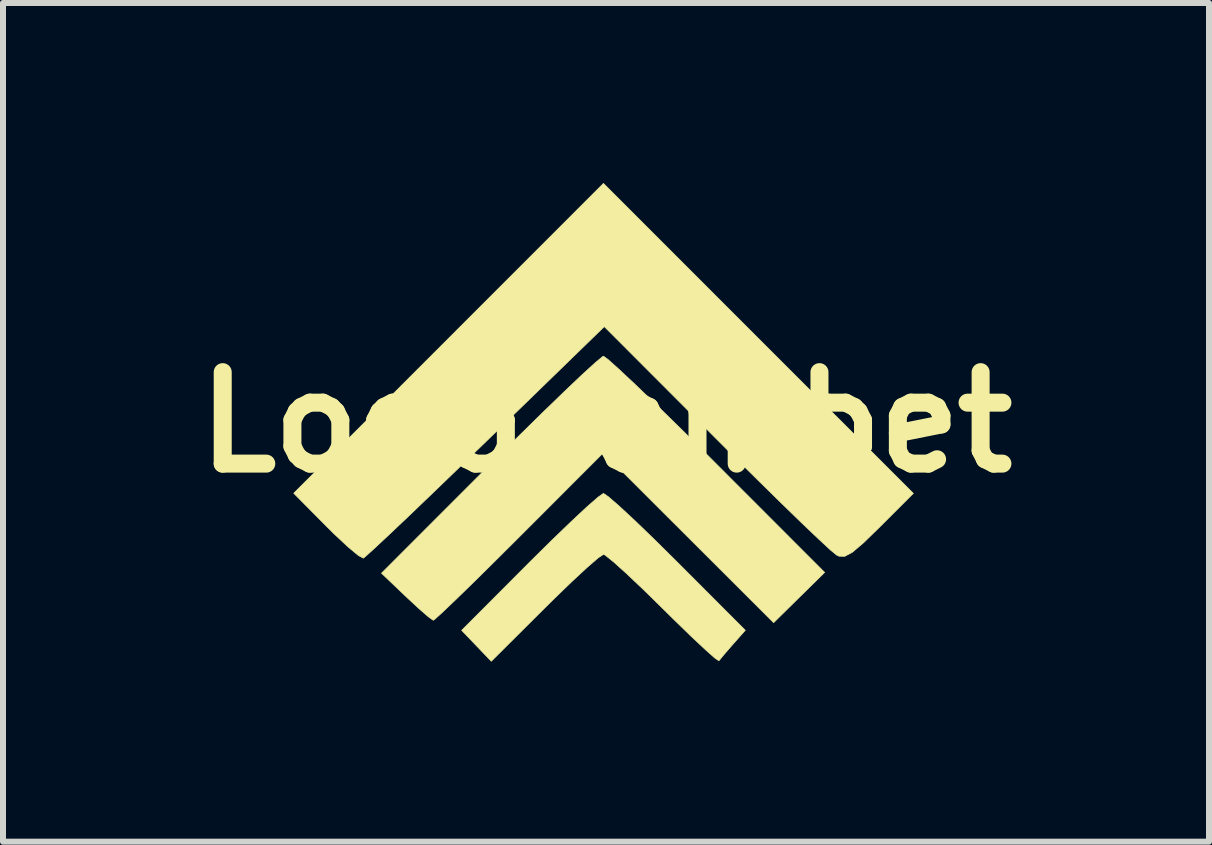
<source format=kicad_pcb>
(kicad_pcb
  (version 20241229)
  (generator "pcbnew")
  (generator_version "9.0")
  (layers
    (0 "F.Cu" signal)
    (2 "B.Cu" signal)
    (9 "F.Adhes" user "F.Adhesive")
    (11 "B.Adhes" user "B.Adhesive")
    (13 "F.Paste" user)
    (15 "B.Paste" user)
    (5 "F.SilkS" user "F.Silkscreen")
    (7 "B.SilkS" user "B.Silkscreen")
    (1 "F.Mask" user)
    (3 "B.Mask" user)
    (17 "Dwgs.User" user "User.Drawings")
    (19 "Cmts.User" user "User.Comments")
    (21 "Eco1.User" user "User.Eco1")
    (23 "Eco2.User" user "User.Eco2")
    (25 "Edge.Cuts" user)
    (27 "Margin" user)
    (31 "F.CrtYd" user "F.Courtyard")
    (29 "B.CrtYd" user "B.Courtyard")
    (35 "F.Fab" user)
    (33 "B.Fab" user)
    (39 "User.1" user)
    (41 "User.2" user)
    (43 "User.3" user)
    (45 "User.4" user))
  (footprint "Logo ambet"
    (layer "F.Cu")
    (at 7.047 3.985)
    (property "Reference" "Logo ambet" (at 0 0 0) (layer "F.SilkS") (effects (font (size 1.524 1.524) (thickness 0.3))))
    (attr through_hole)
    (fp_poly (pts (xy 0.037 -1.043) (xy 0.22 -0.879) (xy 0.491 -0.625) (xy 0.835 -0.294) (xy 1.236 0.098) (xy 1.679 0.536) (xy 1.843 0.7) (xy 3.643 2.502) (xy 3.217 2.921) (xy 2.792 3.34) (xy 1.374 1.924) (xy -0.044 0.508) (xy -1.439 1.905) (xy -1.836 2.3) (xy -2.192 2.652) (xy -2.492 2.944) (xy -2.716 3.158) (xy -2.849 3.279) (xy -2.878 3.3) (xy -2.956 3.245) (xy -3.12 3.103) (xy -3.331 2.907) (xy -3.742 2.515) (xy -1.935 0.707) (xy -1.48 0.255) (xy -1.061 -0.157) (xy -0.694 -0.512) (xy -0.395 -0.796) (xy -0.178 -0.994) (xy -0.058 -1.093) (xy -0.042 -1.101) (xy 0.037 -1.043)) (stroke (width 0.01) (type solid)) (fill yes) (layer "F.SilkS"))
    (fp_poly (pts (xy 2.539 -1.397) (xy 5.121 1.185) (xy 4.562 1.744) (xy 4.29 2.009) (xy 4.105 2.166) (xy 3.978 2.234) (xy 3.881 2.232) (xy 3.843 2.214) (xy 3.745 2.134) (xy 3.544 1.948) (xy 3.255 1.673) (xy 2.896 1.324) (xy 2.481 0.916) (xy 2.027 0.466) (xy 1.827 0.266) (xy -0.029 -1.593) (xy -2.003 0.325) (xy -2.482 0.789) (xy -2.923 1.214) (xy -3.311 1.586) (xy -3.632 1.89) (xy -3.871 2.113) (xy -4.012 2.24) (xy -4.044 2.265) (xy -4.128 2.219) (xy -4.3 2.076) (xy -4.529 1.862) (xy -4.657 1.735) (xy -5.204 1.183) (xy -2.624 -1.398) (xy -0.043 -3.98) (xy 2.539 -1.397)) (stroke (width 0.01) (type solid)) (fill yes) (layer "F.SilkS"))
    (fp_poly (pts (xy 0.042 1.243) (xy 0.225 1.402) (xy 0.487 1.645) (xy 0.807 1.954) (xy 1.165 2.308) (xy 1.183 2.326) (xy 2.321 3.466) (xy 2.113 3.701) (xy 1.971 3.865) (xy 1.887 3.967) (xy 1.881 3.975) (xy 1.816 3.932) (xy 1.654 3.788) (xy 1.414 3.563) (xy 1.119 3.276) (xy 0.948 3.107) (xy 0.627 2.792) (xy 0.344 2.524) (xy 0.124 2.326) (xy -0.013 2.216) (xy -0.042 2.201) (xy -0.128 2.258) (xy -0.31 2.415) (xy -0.564 2.65) (xy -0.867 2.943) (xy -1.018 3.092) (xy -1.912 3.983) (xy -2.159 3.725) (xy -2.406 3.467) (xy -1.268 2.326) (xy -0.908 1.97) (xy -0.585 1.659) (xy -0.321 1.412) (xy -0.133 1.248) (xy -0.044 1.185) (xy -0.042 1.185) (xy 0.042 1.243)) (stroke (width 0.01) (type solid)) (fill yes) (layer "F.SilkS")))
  (gr_rect
    (start -3 -3)
    (end 17.093 10.973)
    (stroke (width 0.1) (type default))
    (fill no)
    (layer "Edge.Cuts")))
</source>
